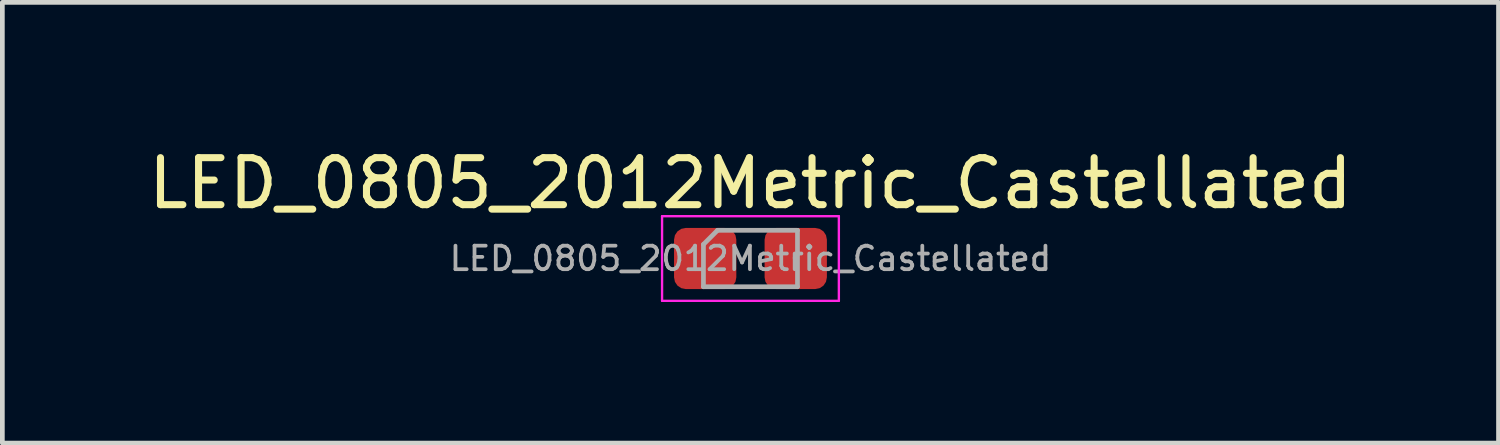
<source format=kicad_pcb>
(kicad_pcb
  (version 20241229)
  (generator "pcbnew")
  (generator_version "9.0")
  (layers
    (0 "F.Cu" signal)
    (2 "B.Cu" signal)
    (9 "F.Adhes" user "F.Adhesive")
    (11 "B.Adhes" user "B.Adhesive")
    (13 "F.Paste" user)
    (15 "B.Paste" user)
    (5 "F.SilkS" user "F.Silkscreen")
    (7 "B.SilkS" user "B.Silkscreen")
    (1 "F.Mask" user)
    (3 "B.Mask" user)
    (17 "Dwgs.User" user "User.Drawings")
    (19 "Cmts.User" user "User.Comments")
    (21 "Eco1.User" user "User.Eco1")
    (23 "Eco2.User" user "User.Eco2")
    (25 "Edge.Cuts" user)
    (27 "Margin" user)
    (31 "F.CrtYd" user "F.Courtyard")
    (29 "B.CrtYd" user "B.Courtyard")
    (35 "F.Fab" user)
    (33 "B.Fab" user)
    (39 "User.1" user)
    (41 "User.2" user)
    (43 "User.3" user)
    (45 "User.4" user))
  (footprint "LED_0805_2012Metric_Castellated"
    (layer "F.Cu")
    (at 12.911 2.448)
    (property "Reference" "LED_0805_2012Metric_Castellated" (at 0 -1.6 0) (layer "F.SilkS") (effects (font (size 1 1) (thickness 0.15))))
    (attr smd)
    (fp_line (start -1.88 -0.9) (end 1.88 -0.9) (stroke (width 0.05) (type solid)) (layer "F.CrtYd"))
    (fp_line (start -1.88 0.9) (end -1.88 -0.9) (stroke (width 0.05) (type solid)) (layer "F.CrtYd"))
    (fp_line (start 1.88 -0.9) (end 1.88 0.9) (stroke (width 0.05) (type solid)) (layer "F.CrtYd"))
    (fp_line (start 1.88 0.9) (end -1.88 0.9) (stroke (width 0.05) (type solid)) (layer "F.CrtYd"))
    (fp_line (start -1 -0.3) (end -1 0.6) (stroke (width 0.1) (type solid)) (layer "F.Fab"))
    (fp_line (start -1 0.6) (end 1 0.6) (stroke (width 0.1) (type solid)) (layer "F.Fab"))
    (fp_line (start -0.7 -0.6) (end -1 -0.3) (stroke (width 0.1) (type solid)) (layer "F.Fab"))
    (fp_line (start 1 -0.6) (end -0.7 -0.6) (stroke (width 0.1) (type solid)) (layer "F.Fab"))
    (fp_line (start 1 0.6) (end 1 -0.6) (stroke (width 0.1) (type solid)) (layer "F.Fab"))
    (fp_text user "${REFERENCE}" (at 0 0 0) (layer "F.Fab") (effects (font (size 0.5 0.5) (thickness 0.08))))
    (pad "1" smd roundrect (at -0.963 0) (size 1.325 1.3) (layers "F.Cu" "F.Mask" "F.Paste") (roundrect_rratio 0.192))
    (pad "2" smd roundrect (at 0.963 0) (size 1.325 1.3) (layers "F.Cu" "F.Mask" "F.Paste") (roundrect_rratio 0.192)))
  (gr_rect
    (start -3 -3)
    (end 28.821 6.373)
    (stroke (width 0.1) (type default))
    (fill no)
    (layer "Edge.Cuts")))
</source>
